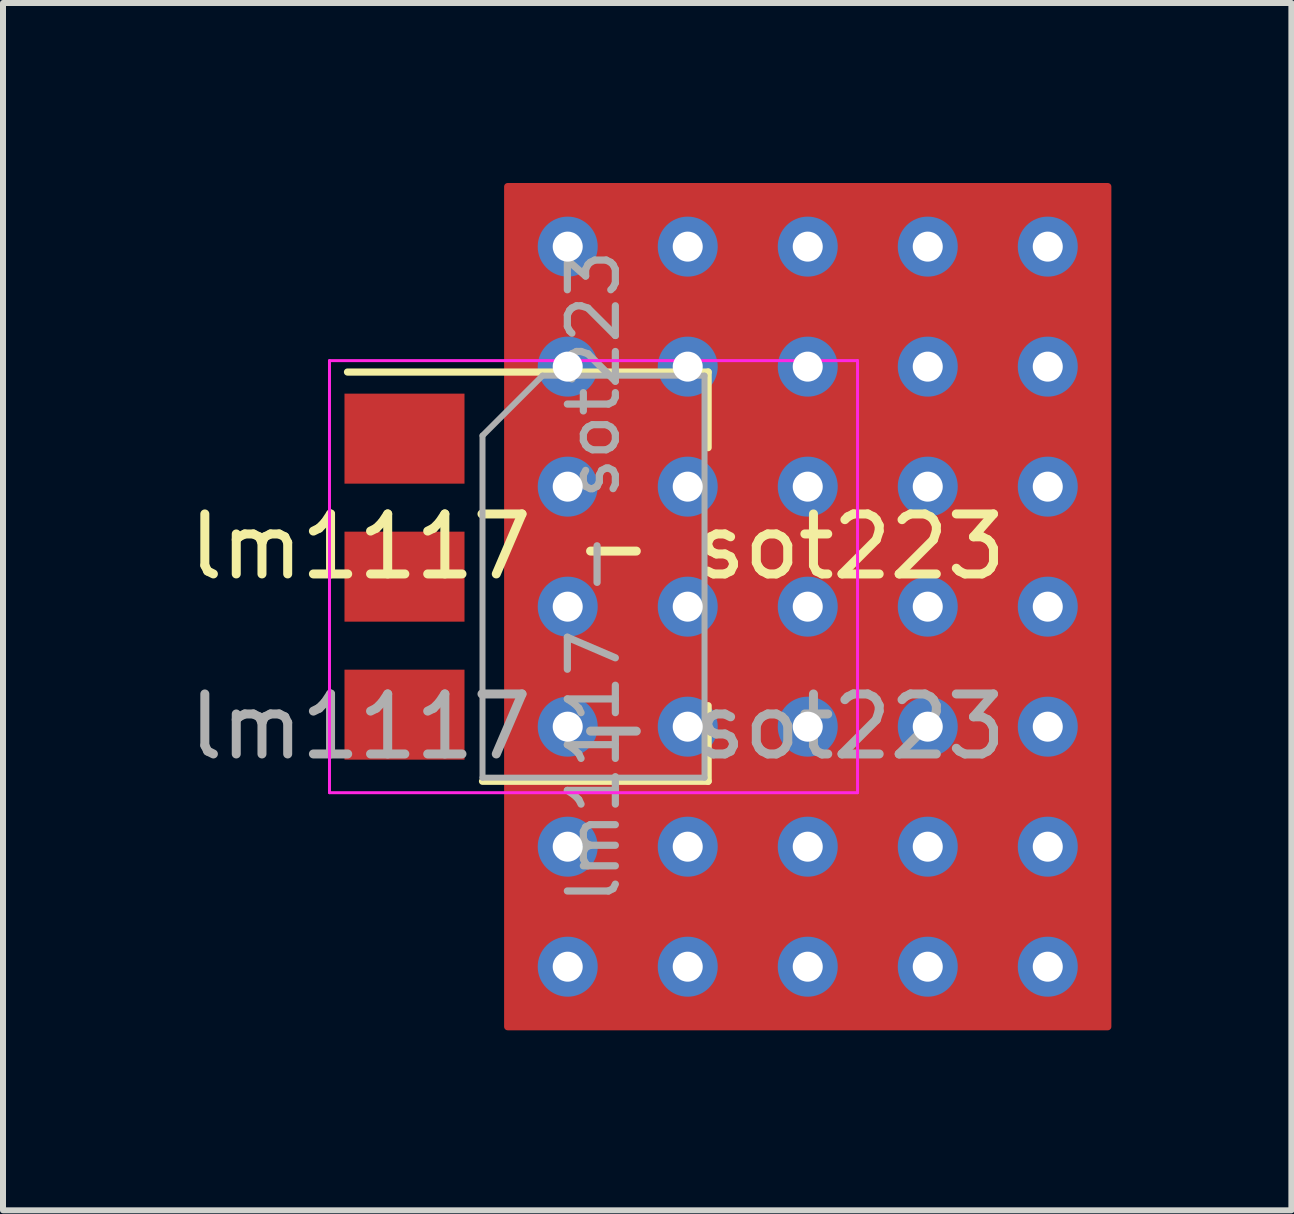
<source format=kicad_pcb>
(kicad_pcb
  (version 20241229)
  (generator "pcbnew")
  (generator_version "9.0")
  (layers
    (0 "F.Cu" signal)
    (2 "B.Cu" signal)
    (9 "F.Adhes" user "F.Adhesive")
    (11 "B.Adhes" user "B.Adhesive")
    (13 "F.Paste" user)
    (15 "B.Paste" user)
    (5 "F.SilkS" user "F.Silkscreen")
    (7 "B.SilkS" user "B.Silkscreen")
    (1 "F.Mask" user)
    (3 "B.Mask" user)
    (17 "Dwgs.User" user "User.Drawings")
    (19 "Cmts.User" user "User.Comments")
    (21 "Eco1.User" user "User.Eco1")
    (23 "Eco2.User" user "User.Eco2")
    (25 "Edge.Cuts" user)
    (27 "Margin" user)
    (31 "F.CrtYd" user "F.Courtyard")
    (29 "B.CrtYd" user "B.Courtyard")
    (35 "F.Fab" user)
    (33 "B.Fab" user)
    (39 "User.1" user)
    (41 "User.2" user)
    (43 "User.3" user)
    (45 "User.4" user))
  (footprint "lm1117 - sot223"
    (layer "F.Cu")
    (at 6.911 6.56)
    (property "Reference" "lm1117 - sot223" (at 0 -0.5 0) (unlocked yes) (layer "F.SilkS") (effects (font (size 1 1) (thickness 0.15))))
    (fp_rect (start -1.5 -6.5) (end 8.5 7.5) (stroke (width 0.12) (type solid)) (fill yes) (layer "F.Cu"))
    (fp_line (start -4.17 -3.41) (end 1.84 -3.41) (stroke (width 0.12) (type solid)) (layer "F.SilkS"))
    (fp_line (start -1.92 3.41) (end 1.84 3.41) (stroke (width 0.12) (type solid)) (layer "F.SilkS"))
    (fp_line (start 1.84 -3.41) (end 1.84 -2.15) (stroke (width 0.12) (type solid)) (layer "F.SilkS"))
    (fp_line (start 1.84 3.41) (end 1.84 2.15) (stroke (width 0.12) (type solid)) (layer "F.SilkS"))
    (fp_line (start -4.47 -3.6) (end -4.47 3.6) (stroke (width 0.05) (type solid)) (layer "F.CrtYd"))
    (fp_line (start -4.47 3.6) (end 4.33 3.6) (stroke (width 0.05) (type solid)) (layer "F.CrtYd"))
    (fp_line (start 4.33 -3.6) (end -4.47 -3.6) (stroke (width 0.05) (type solid)) (layer "F.CrtYd"))
    (fp_line (start 4.33 3.6) (end 4.33 -3.6) (stroke (width 0.05) (type solid)) (layer "F.CrtYd"))
    (fp_line (start -1.92 -2.35) (end -1.92 3.35) (stroke (width 0.1) (type solid)) (layer "F.Fab"))
    (fp_line (start -1.92 -2.35) (end -0.92 -3.35) (stroke (width 0.1) (type solid)) (layer "F.Fab"))
    (fp_line (start -1.92 3.35) (end 1.78 3.35) (stroke (width 0.1) (type solid)) (layer "F.Fab"))
    (fp_line (start -0.92 -3.35) (end 1.78 -3.35) (stroke (width 0.1) (type solid)) (layer "F.Fab"))
    (fp_line (start 1.78 -3.35) (end 1.78 3.35) (stroke (width 0.1) (type solid)) (layer "F.Fab"))
    (fp_text user "${REFERENCE}" (at 0 2.5 0) (unlocked yes) (layer "F.Fab") (effects (font (size 1 1) (thickness 0.15))))
    (fp_text user "${REFERENCE}" (at -0.07 0 90) (layer "F.Fab") (effects (font (size 0.8 0.8) (thickness 0.12))))
    (pad "1" smd rect (at -3.22 -2.3) (size 2 1.5) (layers "F.Cu" "F.Mask" "F.Paste"))
    (pad "2" smd rect (at -3.22 0) (size 2 1.5) (layers "F.Cu" "F.Mask" "F.Paste"))
    (pad "2" thru_hole circle (at -0.5 -5.5) (size 1 1) (drill 0.5) (layers "*.Cu" "*.Mask"))
    (pad "2" thru_hole circle (at -0.5 -3.5) (size 1 1) (drill 0.5) (layers "*.Cu" "*.Mask"))
    (pad "2" thru_hole circle (at -0.5 -1.5) (size 1 1) (drill 0.5) (layers "*.Cu" "*.Mask"))
    (pad "2" thru_hole circle (at -0.5 0.5) (size 1 1) (drill 0.5) (layers "*.Cu" "*.Mask"))
    (pad "2" thru_hole circle (at -0.5 2.5) (size 1 1) (drill 0.5) (layers "*.Cu" "*.Mask"))
    (pad "2" thru_hole circle (at -0.5 4.5) (size 1 1) (drill 0.5) (layers "*.Cu" "*.Mask"))
    (pad "2" thru_hole circle (at -0.5 6.5) (size 1 1) (drill 0.5) (layers "*.Cu" "*.Mask"))
    (pad "2" thru_hole circle (at 1.5 -5.5) (size 1 1) (drill 0.5) (layers "*.Cu" "*.Mask"))
    (pad "2" thru_hole circle (at 1.5 -3.5) (size 1 1) (drill 0.5) (layers "*.Cu" "*.Mask"))
    (pad "2" thru_hole circle (at 1.5 -1.5) (size 1 1) (drill 0.5) (layers "*.Cu" "*.Mask"))
    (pad "2" thru_hole circle (at 1.5 0.5) (size 1 1) (drill 0.5) (layers "*.Cu" "*.Mask"))
    (pad "2" thru_hole circle (at 1.5 2.5) (size 1 1) (drill 0.5) (layers "*.Cu" "*.Mask"))
    (pad "2" thru_hole circle (at 1.5 4.5) (size 1 1) (drill 0.5) (layers "*.Cu" "*.Mask"))
    (pad "2" thru_hole circle (at 1.5 6.5) (size 1 1) (drill 0.5) (layers "*.Cu" "*.Mask"))
    (pad "2" smd rect (at 3.08 0) (size 2 3.8) (layers "F.Cu" "F.Mask" "F.Paste"))
    (pad "2" thru_hole circle (at 3.5 -5.5) (size 1 1) (drill 0.5) (layers "*.Cu" "*.Mask"))
    (pad "2" thru_hole circle (at 3.5 -3.5) (size 1 1) (drill 0.5) (layers "*.Cu" "*.Mask"))
    (pad "2" thru_hole circle (at 3.5 -1.5) (size 1 1) (drill 0.5) (layers "*.Cu" "*.Mask"))
    (pad "2" thru_hole circle (at 3.5 0.5) (size 1 1) (drill 0.5) (layers "*.Cu" "*.Mask"))
    (pad "2" thru_hole circle (at 3.5 2.5) (size 1 1) (drill 0.5) (layers "*.Cu" "*.Mask"))
    (pad "2" thru_hole circle (at 3.5 4.5) (size 1 1) (drill 0.5) (layers "*.Cu" "*.Mask"))
    (pad "2" thru_hole circle (at 3.5 6.5) (size 1 1) (drill 0.5) (layers "*.Cu" "*.Mask"))
    (pad "2" thru_hole circle (at 5.5 -5.5) (size 1 1) (drill 0.5) (layers "*.Cu" "*.Mask"))
    (pad "2" thru_hole circle (at 5.5 -3.5) (size 1 1) (drill 0.5) (layers "*.Cu" "*.Mask"))
    (pad "2" thru_hole circle (at 5.5 -1.5) (size 1 1) (drill 0.5) (layers "*.Cu" "*.Mask"))
    (pad "2" thru_hole circle (at 5.5 0.5) (size 1 1) (drill 0.5) (layers "*.Cu" "*.Mask"))
    (pad "2" thru_hole circle (at 5.5 2.5) (size 1 1) (drill 0.5) (layers "*.Cu" "*.Mask"))
    (pad "2" thru_hole circle (at 5.5 4.5) (size 1 1) (drill 0.5) (layers "*.Cu" "*.Mask"))
    (pad "2" thru_hole circle (at 5.5 6.5) (size 1 1) (drill 0.5) (layers "*.Cu" "*.Mask"))
    (pad "2" thru_hole circle (at 7.5 -5.5) (size 1 1) (drill 0.5) (layers "*.Cu" "*.Mask"))
    (pad "2" thru_hole circle (at 7.5 -3.5) (size 1 1) (drill 0.5) (layers "*.Cu" "*.Mask"))
    (pad "2" thru_hole circle (at 7.5 -1.5) (size 1 1) (drill 0.5) (layers "*.Cu" "*.Mask"))
    (pad "2" thru_hole circle (at 7.5 0.5) (size 1 1) (drill 0.5) (layers "*.Cu" "*.Mask"))
    (pad "2" thru_hole circle (at 7.5 2.5) (size 1 1) (drill 0.5) (layers "*.Cu" "*.Mask"))
    (pad "2" thru_hole circle (at 7.5 4.5) (size 1 1) (drill 0.5) (layers "*.Cu" "*.Mask"))
    (pad "2" thru_hole circle (at 7.5 6.5) (size 1 1) (drill 0.5) (layers "*.Cu" "*.Mask"))
    (pad "3" smd rect (at -3.22 2.3) (size 2 1.5) (layers "F.Cu" "F.Mask" "F.Paste")))
  (gr_rect
    (start -3 -3)
    (end 18.471 17.12)
    (stroke (width 0.1) (type default))
    (fill no)
    (layer "Edge.Cuts")))
</source>
